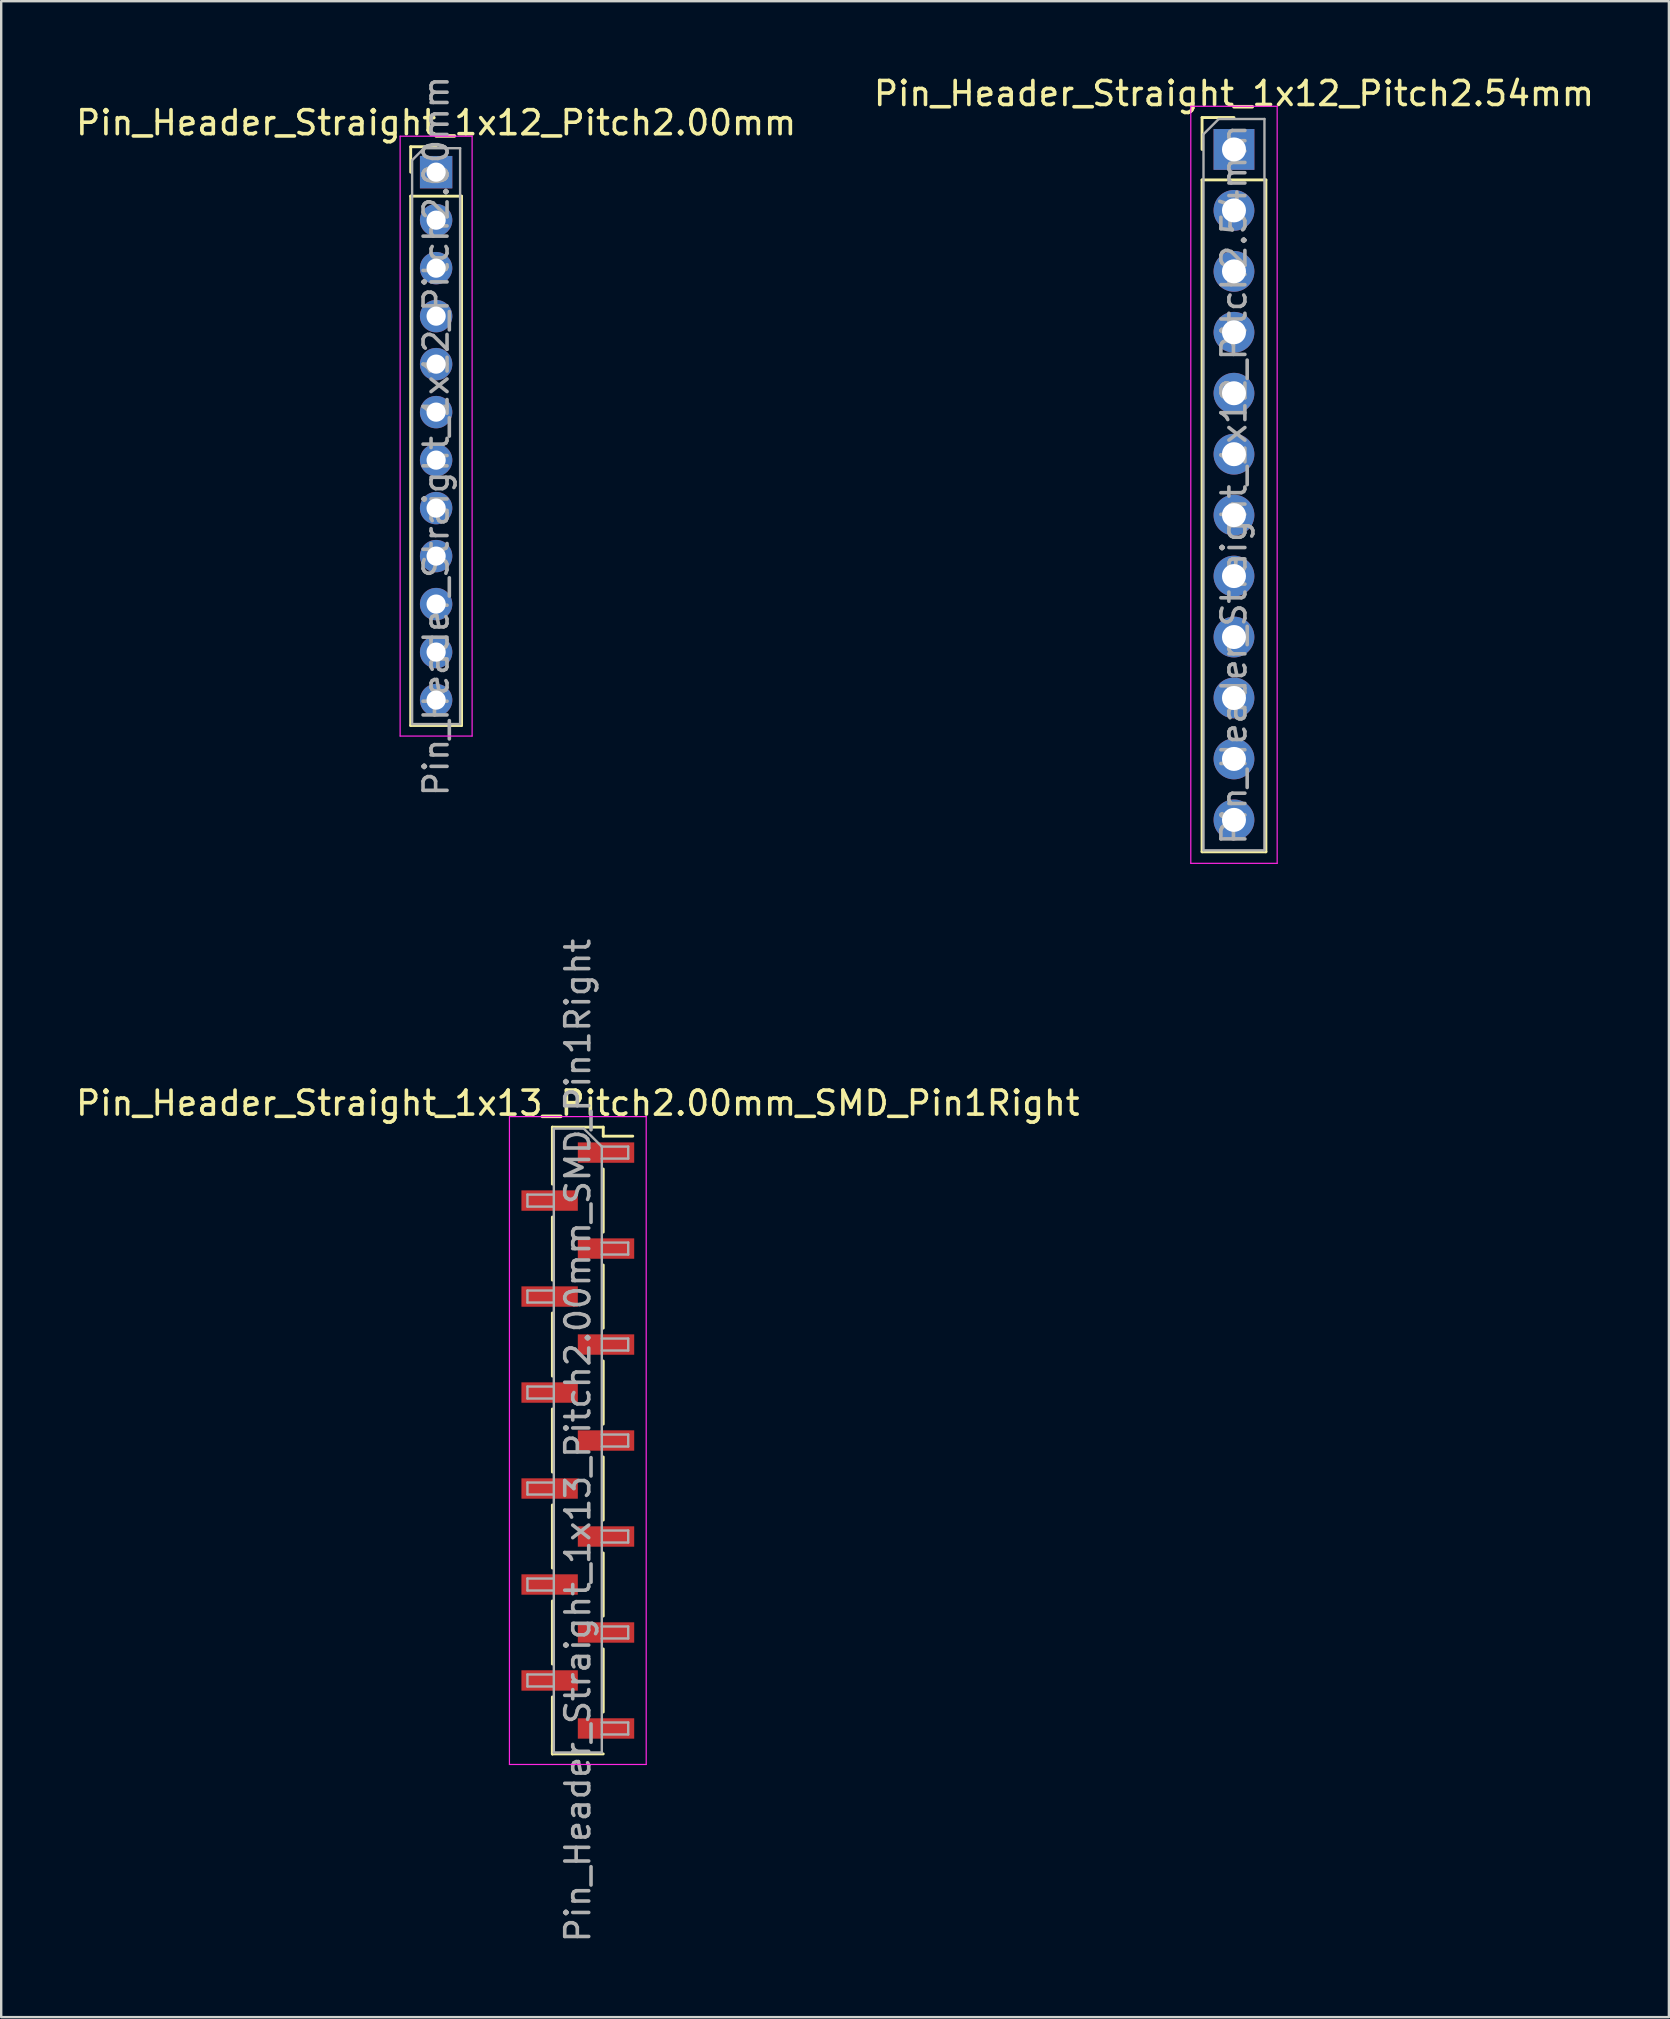
<source format=kicad_pcb>
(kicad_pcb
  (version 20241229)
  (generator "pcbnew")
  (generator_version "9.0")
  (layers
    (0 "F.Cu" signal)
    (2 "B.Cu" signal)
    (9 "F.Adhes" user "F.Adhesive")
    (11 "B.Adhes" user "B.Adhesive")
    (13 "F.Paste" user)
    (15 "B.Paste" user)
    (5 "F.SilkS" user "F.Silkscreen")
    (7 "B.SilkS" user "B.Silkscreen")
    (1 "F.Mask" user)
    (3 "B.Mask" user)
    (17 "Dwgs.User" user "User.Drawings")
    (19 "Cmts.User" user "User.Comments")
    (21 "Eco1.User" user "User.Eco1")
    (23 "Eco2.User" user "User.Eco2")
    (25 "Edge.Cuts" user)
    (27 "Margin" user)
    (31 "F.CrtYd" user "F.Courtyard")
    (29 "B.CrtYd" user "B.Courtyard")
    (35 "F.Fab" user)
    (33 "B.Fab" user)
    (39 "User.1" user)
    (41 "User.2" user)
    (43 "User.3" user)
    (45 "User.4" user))
  (footprint "Pin_Header_Straight_1x13_Pitch2.00mm_SMD_Pin1Right"
    (layer "F.Cu")
    (at 21.03 56.983)
    (property "Reference" "Pin_Header_Straight_1x13_Pitch2.00mm_SMD_Pin1Right" (at 0 -14.06 0) (layer "F.SilkS") (effects (font (size 1 1) (thickness 0.15))))
    (attr smd)
    (fp_line (start -1.06 -13.06) (end -1.06 -10.685) (stroke (width 0.12) (type solid)) (layer "F.SilkS"))
    (fp_line (start -1.06 -13.06) (end 1.06 -13.06) (stroke (width 0.12) (type solid)) (layer "F.SilkS"))
    (fp_line (start -1.06 -9.315) (end -1.06 -6.685) (stroke (width 0.12) (type solid)) (layer "F.SilkS"))
    (fp_line (start -1.06 -5.315) (end -1.06 -2.685) (stroke (width 0.12) (type solid)) (layer "F.SilkS"))
    (fp_line (start -1.06 -1.315) (end -1.06 1.315) (stroke (width 0.12) (type solid)) (layer "F.SilkS"))
    (fp_line (start -1.06 2.685) (end -1.06 5.315) (stroke (width 0.12) (type solid)) (layer "F.SilkS"))
    (fp_line (start -1.06 6.685) (end -1.06 9.315) (stroke (width 0.12) (type solid)) (layer "F.SilkS"))
    (fp_line (start -1.06 10.685) (end -1.06 13.06) (stroke (width 0.12) (type solid)) (layer "F.SilkS"))
    (fp_line (start -1.06 12.685) (end -1.06 13.06) (stroke (width 0.12) (type solid)) (layer "F.SilkS"))
    (fp_line (start -1.06 13.06) (end 1.06 13.06) (stroke (width 0.12) (type solid)) (layer "F.SilkS"))
    (fp_line (start 1.06 -13.06) (end 1.06 -12.685) (stroke (width 0.12) (type solid)) (layer "F.SilkS"))
    (fp_line (start 1.06 -12.685) (end 2.29 -12.685) (stroke (width 0.12) (type solid)) (layer "F.SilkS"))
    (fp_line (start 1.06 -11.315) (end 1.06 -8.685) (stroke (width 0.12) (type solid)) (layer "F.SilkS"))
    (fp_line (start 1.06 -7.315) (end 1.06 -4.685) (stroke (width 0.12) (type solid)) (layer "F.SilkS"))
    (fp_line (start 1.06 -3.315) (end 1.06 -0.685) (stroke (width 0.12) (type solid)) (layer "F.SilkS"))
    (fp_line (start 1.06 0.685) (end 1.06 3.315) (stroke (width 0.12) (type solid)) (layer "F.SilkS"))
    (fp_line (start 1.06 4.685) (end 1.06 7.315) (stroke (width 0.12) (type solid)) (layer "F.SilkS"))
    (fp_line (start 1.06 8.685) (end 1.06 11.315) (stroke (width 0.12) (type solid)) (layer "F.SilkS"))
    (fp_line (start -2.85 -13.5) (end -2.85 13.5) (stroke (width 0.05) (type solid)) (layer "F.CrtYd"))
    (fp_line (start -2.85 13.5) (end 2.85 13.5) (stroke (width 0.05) (type solid)) (layer "F.CrtYd"))
    (fp_line (start 2.85 -13.5) (end -2.85 -13.5) (stroke (width 0.05) (type solid)) (layer "F.CrtYd"))
    (fp_line (start 2.85 13.5) (end 2.85 -13.5) (stroke (width 0.05) (type solid)) (layer "F.CrtYd"))
    (fp_line (start -2.1 -10.25) (end -2.1 -9.75) (stroke (width 0.1) (type solid)) (layer "F.Fab"))
    (fp_line (start -2.1 -9.75) (end -1 -9.75) (stroke (width 0.1) (type solid)) (layer "F.Fab"))
    (fp_line (start -2.1 -6.25) (end -2.1 -5.75) (stroke (width 0.1) (type solid)) (layer "F.Fab"))
    (fp_line (start -2.1 -5.75) (end -1 -5.75) (stroke (width 0.1) (type solid)) (layer "F.Fab"))
    (fp_line (start -2.1 -2.25) (end -2.1 -1.75) (stroke (width 0.1) (type solid)) (layer "F.Fab"))
    (fp_line (start -2.1 -1.75) (end -1 -1.75) (stroke (width 0.1) (type solid)) (layer "F.Fab"))
    (fp_line (start -2.1 1.75) (end -2.1 2.25) (stroke (width 0.1) (type solid)) (layer "F.Fab"))
    (fp_line (start -2.1 2.25) (end -1 2.25) (stroke (width 0.1) (type solid)) (layer "F.Fab"))
    (fp_line (start -2.1 5.75) (end -2.1 6.25) (stroke (width 0.1) (type solid)) (layer "F.Fab"))
    (fp_line (start -2.1 6.25) (end -1 6.25) (stroke (width 0.1) (type solid)) (layer "F.Fab"))
    (fp_line (start -2.1 9.75) (end -2.1 10.25) (stroke (width 0.1) (type solid)) (layer "F.Fab"))
    (fp_line (start -2.1 10.25) (end -1 10.25) (stroke (width 0.1) (type solid)) (layer "F.Fab"))
    (fp_line (start -1 -13) (end -1 13) (stroke (width 0.1) (type solid)) (layer "F.Fab"))
    (fp_line (start -1 -13) (end 0.25 -13) (stroke (width 0.1) (type solid)) (layer "F.Fab"))
    (fp_line (start -1 -10.25) (end -2.1 -10.25) (stroke (width 0.1) (type solid)) (layer "F.Fab"))
    (fp_line (start -1 -6.25) (end -2.1 -6.25) (stroke (width 0.1) (type solid)) (layer "F.Fab"))
    (fp_line (start -1 -2.25) (end -2.1 -2.25) (stroke (width 0.1) (type solid)) (layer "F.Fab"))
    (fp_line (start -1 1.75) (end -2.1 1.75) (stroke (width 0.1) (type solid)) (layer "F.Fab"))
    (fp_line (start -1 5.75) (end -2.1 5.75) (stroke (width 0.1) (type solid)) (layer "F.Fab"))
    (fp_line (start -1 9.75) (end -2.1 9.75) (stroke (width 0.1) (type solid)) (layer "F.Fab"))
    (fp_line (start 1 -12.25) (end 0.25 -13) (stroke (width 0.1) (type solid)) (layer "F.Fab"))
    (fp_line (start 1 -12.25) (end 2.1 -12.25) (stroke (width 0.1) (type solid)) (layer "F.Fab"))
    (fp_line (start 1 -8.25) (end 2.1 -8.25) (stroke (width 0.1) (type solid)) (layer "F.Fab"))
    (fp_line (start 1 -4.25) (end 2.1 -4.25) (stroke (width 0.1) (type solid)) (layer "F.Fab"))
    (fp_line (start 1 -0.25) (end 2.1 -0.25) (stroke (width 0.1) (type solid)) (layer "F.Fab"))
    (fp_line (start 1 3.75) (end 2.1 3.75) (stroke (width 0.1) (type solid)) (layer "F.Fab"))
    (fp_line (start 1 7.75) (end 2.1 7.75) (stroke (width 0.1) (type solid)) (layer "F.Fab"))
    (fp_line (start 1 11.75) (end 2.1 11.75) (stroke (width 0.1) (type solid)) (layer "F.Fab"))
    (fp_line (start 1 13) (end -1 13) (stroke (width 0.1) (type solid)) (layer "F.Fab"))
    (fp_line (start 1 13) (end 1 -12.25) (stroke (width 0.1) (type solid)) (layer "F.Fab"))
    (fp_line (start 2.1 -12.25) (end 2.1 -11.75) (stroke (width 0.1) (type solid)) (layer "F.Fab"))
    (fp_line (start 2.1 -11.75) (end 1 -11.75) (stroke (width 0.1) (type solid)) (layer "F.Fab"))
    (fp_line (start 2.1 -8.25) (end 2.1 -7.75) (stroke (width 0.1) (type solid)) (layer "F.Fab"))
    (fp_line (start 2.1 -7.75) (end 1 -7.75) (stroke (width 0.1) (type solid)) (layer "F.Fab"))
    (fp_line (start 2.1 -4.25) (end 2.1 -3.75) (stroke (width 0.1) (type solid)) (layer "F.Fab"))
    (fp_line (start 2.1 -3.75) (end 1 -3.75) (stroke (width 0.1) (type solid)) (layer "F.Fab"))
    (fp_line (start 2.1 -0.25) (end 2.1 0.25) (stroke (width 0.1) (type solid)) (layer "F.Fab"))
    (fp_line (start 2.1 0.25) (end 1 0.25) (stroke (width 0.1) (type solid)) (layer "F.Fab"))
    (fp_line (start 2.1 3.75) (end 2.1 4.25) (stroke (width 0.1) (type solid)) (layer "F.Fab"))
    (fp_line (start 2.1 4.25) (end 1 4.25) (stroke (width 0.1) (type solid)) (layer "F.Fab"))
    (fp_line (start 2.1 7.75) (end 2.1 8.25) (stroke (width 0.1) (type solid)) (layer "F.Fab"))
    (fp_line (start 2.1 8.25) (end 1 8.25) (stroke (width 0.1) (type solid)) (layer "F.Fab"))
    (fp_line (start 2.1 11.75) (end 2.1 12.25) (stroke (width 0.1) (type solid)) (layer "F.Fab"))
    (fp_line (start 2.1 12.25) (end 1 12.25) (stroke (width 0.1) (type solid)) (layer "F.Fab"))
    (fp_text user "${REFERENCE}" (at 0 0 90) (layer "F.Fab") (effects (font (size 1 1) (thickness 0.15))))
    (pad "1" smd rect (at 1.175 -12) (size 2.35 0.85) (layers "F.Cu" "F.Mask" "F.Paste"))
    (pad "2" smd rect (at -1.175 -10) (size 2.35 0.85) (layers "F.Cu" "F.Mask" "F.Paste"))
    (pad "3" smd rect (at 1.175 -8) (size 2.35 0.85) (layers "F.Cu" "F.Mask" "F.Paste"))
    (pad "4" smd rect (at -1.175 -6) (size 2.35 0.85) (layers "F.Cu" "F.Mask" "F.Paste"))
    (pad "5" smd rect (at 1.175 -4) (size 2.35 0.85) (layers "F.Cu" "F.Mask" "F.Paste"))
    (pad "6" smd rect (at -1.175 -2) (size 2.35 0.85) (layers "F.Cu" "F.Mask" "F.Paste"))
    (pad "7" smd rect (at 1.175 0) (size 2.35 0.85) (layers "F.Cu" "F.Mask" "F.Paste"))
    (pad "8" smd rect (at -1.175 2) (size 2.35 0.85) (layers "F.Cu" "F.Mask" "F.Paste"))
    (pad "9" smd rect (at 1.175 4) (size 2.35 0.85) (layers "F.Cu" "F.Mask" "F.Paste"))
    (pad "10" smd rect (at -1.175 6) (size 2.35 0.85) (layers "F.Cu" "F.Mask" "F.Paste"))
    (pad "11" smd rect (at 1.175 8) (size 2.35 0.85) (layers "F.Cu" "F.Mask" "F.Paste"))
    (pad "12" smd rect (at -1.175 10) (size 2.35 0.85) (layers "F.Cu" "F.Mask" "F.Paste"))
    (pad "13" smd rect (at 1.175 12) (size 2.35 0.85) (layers "F.Cu" "F.Mask" "F.Paste")))
  (footprint "Pin_Header_Straight_1x12_Pitch2.54mm"
    (layer "F.Cu")
    (at 48.375 3.178)
    (property "Reference" "Pin_Header_Straight_1x12_Pitch2.54mm" (at 0 -2.33 0) (layer "F.SilkS") (effects (font (size 1 1) (thickness 0.15))))
    (attr through_hole)
    (fp_line (start -1.33 -1.33) (end 0 -1.33) (stroke (width 0.12) (type solid)) (layer "F.SilkS"))
    (fp_line (start -1.33 0) (end -1.33 -1.33) (stroke (width 0.12) (type solid)) (layer "F.SilkS"))
    (fp_line (start -1.33 1.27) (end -1.33 29.27) (stroke (width 0.12) (type solid)) (layer "F.SilkS"))
    (fp_line (start -1.33 1.27) (end 1.33 1.27) (stroke (width 0.12) (type solid)) (layer "F.SilkS"))
    (fp_line (start -1.33 29.27) (end 1.33 29.27) (stroke (width 0.12) (type solid)) (layer "F.SilkS"))
    (fp_line (start 1.33 1.27) (end 1.33 29.27) (stroke (width 0.12) (type solid)) (layer "F.SilkS"))
    (fp_line (start -1.8 -1.8) (end -1.8 29.75) (stroke (width 0.05) (type solid)) (layer "F.CrtYd"))
    (fp_line (start -1.8 29.75) (end 1.8 29.75) (stroke (width 0.05) (type solid)) (layer "F.CrtYd"))
    (fp_line (start 1.8 -1.8) (end -1.8 -1.8) (stroke (width 0.05) (type solid)) (layer "F.CrtYd"))
    (fp_line (start 1.8 29.75) (end 1.8 -1.8) (stroke (width 0.05) (type solid)) (layer "F.CrtYd"))
    (fp_line (start -1.27 -0.635) (end -0.635 -1.27) (stroke (width 0.1) (type solid)) (layer "F.Fab"))
    (fp_line (start -1.27 29.21) (end -1.27 -0.635) (stroke (width 0.1) (type solid)) (layer "F.Fab"))
    (fp_line (start -0.635 -1.27) (end 1.27 -1.27) (stroke (width 0.1) (type solid)) (layer "F.Fab"))
    (fp_line (start 1.27 -1.27) (end 1.27 29.21) (stroke (width 0.1) (type solid)) (layer "F.Fab"))
    (fp_line (start 1.27 29.21) (end -1.27 29.21) (stroke (width 0.1) (type solid)) (layer "F.Fab"))
    (fp_text user "${REFERENCE}" (at 0 13.97 90) (layer "F.Fab") (effects (font (size 1 1) (thickness 0.15))))
    (pad "1" thru_hole rect (at 0 0) (size 1.7 1.7) (drill 1) (layers "*.Cu" "*.Mask"))
    (pad "2" thru_hole oval (at 0 2.54) (size 1.7 1.7) (drill 1) (layers "*.Cu" "*.Mask"))
    (pad "3" thru_hole oval (at 0 5.08) (size 1.7 1.7) (drill 1) (layers "*.Cu" "*.Mask"))
    (pad "4" thru_hole oval (at 0 7.62) (size 1.7 1.7) (drill 1) (layers "*.Cu" "*.Mask"))
    (pad "5" thru_hole oval (at 0 10.16) (size 1.7 1.7) (drill 1) (layers "*.Cu" "*.Mask"))
    (pad "6" thru_hole oval (at 0 12.7) (size 1.7 1.7) (drill 1) (layers "*.Cu" "*.Mask"))
    (pad "7" thru_hole oval (at 0 15.24) (size 1.7 1.7) (drill 1) (layers "*.Cu" "*.Mask"))
    (pad "8" thru_hole oval (at 0 17.78) (size 1.7 1.7) (drill 1) (layers "*.Cu" "*.Mask"))
    (pad "9" thru_hole oval (at 0 20.32) (size 1.7 1.7) (drill 1) (layers "*.Cu" "*.Mask"))
    (pad "10" thru_hole oval (at 0 22.86) (size 1.7 1.7) (drill 1) (layers "*.Cu" "*.Mask"))
    (pad "11" thru_hole oval (at 0 25.4) (size 1.7 1.7) (drill 1) (layers "*.Cu" "*.Mask"))
    (pad "12" thru_hole oval (at 0 27.94) (size 1.7 1.7) (drill 1) (layers "*.Cu" "*.Mask")))
  (footprint "Pin_Header_Straight_1x12_Pitch2.00mm"
    (layer "F.Cu")
    (at 15.125 4.125)
    (property "Reference" "Pin_Header_Straight_1x12_Pitch2.00mm" (at 0 -2.06 0) (layer "F.SilkS") (effects (font (size 1 1) (thickness 0.15))))
    (attr through_hole)
    (fp_line (start -1.06 -1.06) (end 0 -1.06) (stroke (width 0.12) (type solid)) (layer "F.SilkS"))
    (fp_line (start -1.06 0) (end -1.06 -1.06) (stroke (width 0.12) (type solid)) (layer "F.SilkS"))
    (fp_line (start -1.06 1) (end -1.06 23.06) (stroke (width 0.12) (type solid)) (layer "F.SilkS"))
    (fp_line (start -1.06 1) (end 1.06 1) (stroke (width 0.12) (type solid)) (layer "F.SilkS"))
    (fp_line (start -1.06 23.06) (end 1.06 23.06) (stroke (width 0.12) (type solid)) (layer "F.SilkS"))
    (fp_line (start 1.06 1) (end 1.06 23.06) (stroke (width 0.12) (type solid)) (layer "F.SilkS"))
    (fp_line (start -1.5 -1.5) (end -1.5 23.5) (stroke (width 0.05) (type solid)) (layer "F.CrtYd"))
    (fp_line (start -1.5 23.5) (end 1.5 23.5) (stroke (width 0.05) (type solid)) (layer "F.CrtYd"))
    (fp_line (start 1.5 -1.5) (end -1.5 -1.5) (stroke (width 0.05) (type solid)) (layer "F.CrtYd"))
    (fp_line (start 1.5 23.5) (end 1.5 -1.5) (stroke (width 0.05) (type solid)) (layer "F.CrtYd"))
    (fp_line (start -1 -0.5) (end -0.5 -1) (stroke (width 0.1) (type solid)) (layer "F.Fab"))
    (fp_line (start -1 23) (end -1 -0.5) (stroke (width 0.1) (type solid)) (layer "F.Fab"))
    (fp_line (start -0.5 -1) (end 1 -1) (stroke (width 0.1) (type solid)) (layer "F.Fab"))
    (fp_line (start 1 -1) (end 1 23) (stroke (width 0.1) (type solid)) (layer "F.Fab"))
    (fp_line (start 1 23) (end -1 23) (stroke (width 0.1) (type solid)) (layer "F.Fab"))
    (fp_text user "${REFERENCE}" (at 0 11 90) (layer "F.Fab") (effects (font (size 1 1) (thickness 0.15))))
    (pad "1" thru_hole rect (at 0 0) (size 1.35 1.35) (drill 0.8) (layers "*.Cu" "*.Mask"))
    (pad "2" thru_hole oval (at 0 2) (size 1.35 1.35) (drill 0.8) (layers "*.Cu" "*.Mask"))
    (pad "3" thru_hole oval (at 0 4) (size 1.35 1.35) (drill 0.8) (layers "*.Cu" "*.Mask"))
    (pad "4" thru_hole oval (at 0 6) (size 1.35 1.35) (drill 0.8) (layers "*.Cu" "*.Mask"))
    (pad "5" thru_hole oval (at 0 8) (size 1.35 1.35) (drill 0.8) (layers "*.Cu" "*.Mask"))
    (pad "6" thru_hole oval (at 0 10) (size 1.35 1.35) (drill 0.8) (layers "*.Cu" "*.Mask"))
    (pad "7" thru_hole oval (at 0 12) (size 1.35 1.35) (drill 0.8) (layers "*.Cu" "*.Mask"))
    (pad "8" thru_hole oval (at 0 14) (size 1.35 1.35) (drill 0.8) (layers "*.Cu" "*.Mask"))
    (pad "9" thru_hole oval (at 0 16) (size 1.35 1.35) (drill 0.8) (layers "*.Cu" "*.Mask"))
    (pad "10" thru_hole oval (at 0 18) (size 1.35 1.35) (drill 0.8) (layers "*.Cu" "*.Mask"))
    (pad "11" thru_hole oval (at 0 20) (size 1.35 1.35) (drill 0.8) (layers "*.Cu" "*.Mask"))
    (pad "12" thru_hole oval (at 0 22) (size 1.35 1.35) (drill 0.8) (layers "*.Cu" "*.Mask")))
  (gr_rect
    (start -3 -3)
    (end 66.5 81.013)
    (stroke (width 0.1) (type default))
    (fill no)
    (layer "Edge.Cuts")))
</source>
